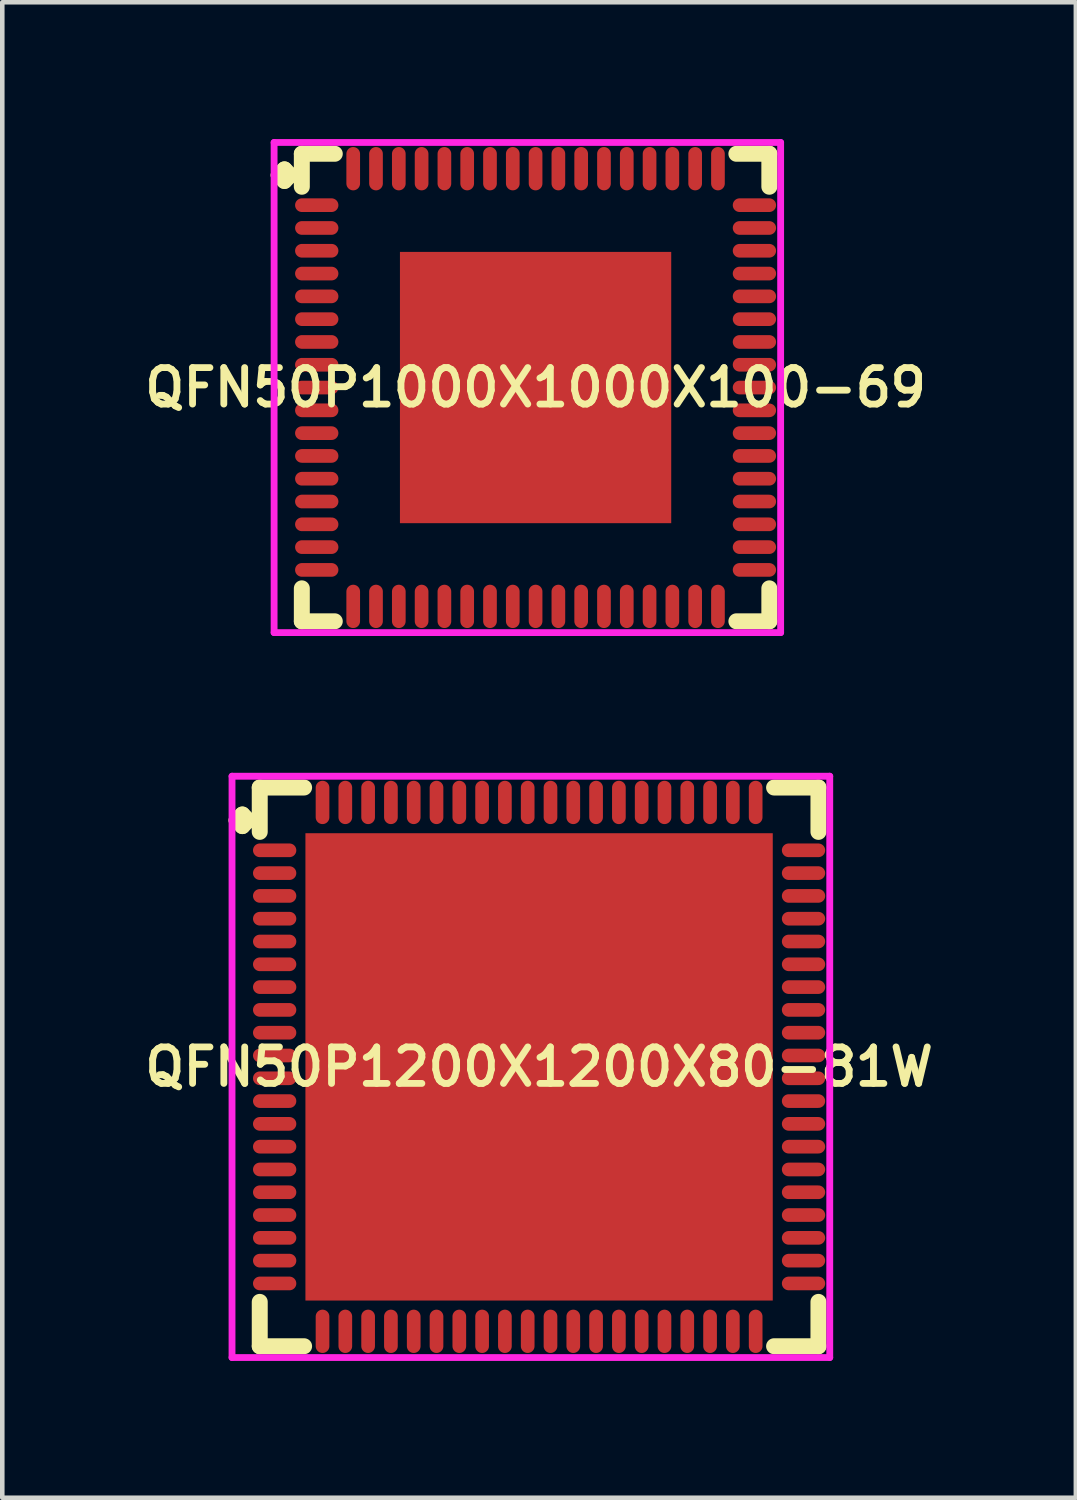
<source format=kicad_pcb>
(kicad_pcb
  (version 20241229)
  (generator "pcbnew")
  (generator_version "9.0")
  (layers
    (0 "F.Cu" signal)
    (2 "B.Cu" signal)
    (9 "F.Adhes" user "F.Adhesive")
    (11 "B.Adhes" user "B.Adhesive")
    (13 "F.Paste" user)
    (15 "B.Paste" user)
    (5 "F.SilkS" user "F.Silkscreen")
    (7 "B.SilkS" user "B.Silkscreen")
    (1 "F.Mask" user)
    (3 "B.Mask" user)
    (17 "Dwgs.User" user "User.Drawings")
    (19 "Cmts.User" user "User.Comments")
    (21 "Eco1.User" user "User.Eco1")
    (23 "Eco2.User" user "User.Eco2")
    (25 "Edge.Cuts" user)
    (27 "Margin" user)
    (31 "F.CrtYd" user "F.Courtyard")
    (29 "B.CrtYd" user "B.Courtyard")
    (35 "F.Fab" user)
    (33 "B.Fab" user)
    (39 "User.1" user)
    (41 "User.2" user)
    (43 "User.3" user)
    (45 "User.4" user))
  (footprint "QFN50P1000X1000X100-69"
    (layer "F.Cu")
    (at 8.697 5.45)
    (property "Reference" "QFN50P1000X1000X100-69" (at 0 0 0) (layer "F.SilkS") (effects (font (size 0.8 0.8) (thickness 0.15))))
    (attr smd)
    (fp_line (start -5.635 -4.658) (end -5.508 -4.785) (stroke (width 0.35) (type solid)) (layer "F.SilkS"))
    (fp_line (start -5.508 -4.785) (end -5.381 -4.658) (stroke (width 0.35) (type solid)) (layer "F.SilkS"))
    (fp_line (start -5.508 -4.531) (end -5.635 -4.658) (stroke (width 0.35) (type solid)) (layer "F.SilkS"))
    (fp_line (start -5.381 -4.658) (end -5.508 -4.531) (stroke (width 0.35) (type solid)) (layer "F.SilkS"))
    (fp_line (start -5.127 -5.127) (end -4.404 -5.127) (stroke (width 0.35) (type solid)) (layer "F.SilkS"))
    (fp_line (start -5.127 -4.404) (end -5.127 -5.127) (stroke (width 0.35) (type solid)) (layer "F.SilkS"))
    (fp_line (start -5.127 4.404) (end -5.127 5.127) (stroke (width 0.35) (type solid)) (layer "F.SilkS"))
    (fp_line (start -5.127 5.127) (end -4.404 5.127) (stroke (width 0.35) (type solid)) (layer "F.SilkS"))
    (fp_line (start 4.404 -5.127) (end 5.127 -5.127) (stroke (width 0.35) (type solid)) (layer "F.SilkS"))
    (fp_line (start 4.404 5.127) (end 5.127 5.127) (stroke (width 0.35) (type solid)) (layer "F.SilkS"))
    (fp_line (start 5.127 -5.127) (end 5.127 -4.404) (stroke (width 0.35) (type solid)) (layer "F.SilkS"))
    (fp_line (start 5.127 5.127) (end 5.127 4.404) (stroke (width 0.35) (type solid)) (layer "F.SilkS"))
    (fp_line (start -5.735 -5.375) (end 5.375 -5.375) (stroke (width 0.15) (type solid)) (layer "F.CrtYd"))
    (fp_line (start -5.735 5.375) (end -5.735 -5.375) (stroke (width 0.15) (type solid)) (layer "F.CrtYd"))
    (fp_line (start 5.375 -5.375) (end 5.375 5.375) (stroke (width 0.15) (type solid)) (layer "F.CrtYd"))
    (fp_line (start 5.375 5.375) (end -5.735 5.375) (stroke (width 0.15) (type solid)) (layer "F.CrtYd"))
    (pad "1" smd oval (at -4.8 -4) (size 0.95 0.3) (layers "F.Cu" "F.Mask" "F.Paste"))
    (pad "2" smd oval (at -4.8 -3.5) (size 0.95 0.3) (layers "F.Cu" "F.Mask" "F.Paste"))
    (pad "3" smd oval (at -4.8 -3) (size 0.95 0.3) (layers "F.Cu" "F.Mask" "F.Paste"))
    (pad "4" smd oval (at -4.8 -2.5) (size 0.95 0.3) (layers "F.Cu" "F.Mask" "F.Paste"))
    (pad "5" smd oval (at -4.8 -2) (size 0.95 0.3) (layers "F.Cu" "F.Mask" "F.Paste"))
    (pad "6" smd oval (at -4.8 -1.5) (size 0.95 0.3) (layers "F.Cu" "F.Mask" "F.Paste"))
    (pad "7" smd oval (at -4.8 -1) (size 0.95 0.3) (layers "F.Cu" "F.Mask" "F.Paste"))
    (pad "8" smd oval (at -4.8 -0.5) (size 0.95 0.3) (layers "F.Cu" "F.Mask" "F.Paste"))
    (pad "9" smd oval (at -4.8 0) (size 0.95 0.3) (layers "F.Cu" "F.Mask" "F.Paste"))
    (pad "10" smd oval (at -4.8 0.5) (size 0.95 0.3) (layers "F.Cu" "F.Mask" "F.Paste"))
    (pad "11" smd oval (at -4.8 1) (size 0.95 0.3) (layers "F.Cu" "F.Mask" "F.Paste"))
    (pad "12" smd oval (at -4.8 1.5) (size 0.95 0.3) (layers "F.Cu" "F.Mask" "F.Paste"))
    (pad "13" smd oval (at -4.8 2) (size 0.95 0.3) (layers "F.Cu" "F.Mask" "F.Paste"))
    (pad "14" smd oval (at -4.8 2.5) (size 0.95 0.3) (layers "F.Cu" "F.Mask" "F.Paste"))
    (pad "15" smd oval (at -4.8 3) (size 0.95 0.3) (layers "F.Cu" "F.Mask" "F.Paste"))
    (pad "16" smd oval (at -4.8 3.5) (size 0.95 0.3) (layers "F.Cu" "F.Mask" "F.Paste"))
    (pad "17" smd oval (at -4.8 4) (size 0.95 0.3) (layers "F.Cu" "F.Mask" "F.Paste"))
    (pad "18" smd oval (at -4 4.8) (size 0.3 0.95) (layers "F.Cu" "F.Mask" "F.Paste"))
    (pad "19" smd oval (at -3.5 4.8) (size 0.3 0.95) (layers "F.Cu" "F.Mask" "F.Paste"))
    (pad "20" smd oval (at -3 4.8) (size 0.3 0.95) (layers "F.Cu" "F.Mask" "F.Paste"))
    (pad "21" smd oval (at -2.5 4.8) (size 0.3 0.95) (layers "F.Cu" "F.Mask" "F.Paste"))
    (pad "22" smd oval (at -2 4.8) (size 0.3 0.95) (layers "F.Cu" "F.Mask" "F.Paste"))
    (pad "23" smd oval (at -1.5 4.8) (size 0.3 0.95) (layers "F.Cu" "F.Mask" "F.Paste"))
    (pad "24" smd oval (at -1 4.8) (size 0.3 0.95) (layers "F.Cu" "F.Mask" "F.Paste"))
    (pad "25" smd oval (at -0.5 4.8) (size 0.3 0.95) (layers "F.Cu" "F.Mask" "F.Paste"))
    (pad "26" smd oval (at 0 4.8) (size 0.3 0.95) (layers "F.Cu" "F.Mask" "F.Paste"))
    (pad "27" smd oval (at 0.5 4.8) (size 0.3 0.95) (layers "F.Cu" "F.Mask" "F.Paste"))
    (pad "28" smd oval (at 1 4.8) (size 0.3 0.95) (layers "F.Cu" "F.Mask" "F.Paste"))
    (pad "29" smd oval (at 1.5 4.8) (size 0.3 0.95) (layers "F.Cu" "F.Mask" "F.Paste"))
    (pad "30" smd oval (at 2 4.8) (size 0.3 0.95) (layers "F.Cu" "F.Mask" "F.Paste"))
    (pad "31" smd oval (at 2.5 4.8) (size 0.3 0.95) (layers "F.Cu" "F.Mask" "F.Paste"))
    (pad "32" smd oval (at 3 4.8) (size 0.3 0.95) (layers "F.Cu" "F.Mask" "F.Paste"))
    (pad "33" smd oval (at 3.5 4.8) (size 0.3 0.95) (layers "F.Cu" "F.Mask" "F.Paste"))
    (pad "34" smd oval (at 4 4.8) (size 0.3 0.95) (layers "F.Cu" "F.Mask" "F.Paste"))
    (pad "35" smd oval (at 4.8 4) (size 0.95 0.3) (layers "F.Cu" "F.Mask" "F.Paste"))
    (pad "36" smd oval (at 4.8 3.5) (size 0.95 0.3) (layers "F.Cu" "F.Mask" "F.Paste"))
    (pad "37" smd oval (at 4.8 3) (size 0.95 0.3) (layers "F.Cu" "F.Mask" "F.Paste"))
    (pad "38" smd oval (at 4.8 2.5) (size 0.95 0.3) (layers "F.Cu" "F.Mask" "F.Paste"))
    (pad "39" smd oval (at 4.8 2) (size 0.95 0.3) (layers "F.Cu" "F.Mask" "F.Paste"))
    (pad "40" smd oval (at 4.8 1.5) (size 0.95 0.3) (layers "F.Cu" "F.Mask" "F.Paste"))
    (pad "41" smd oval (at 4.8 1) (size 0.95 0.3) (layers "F.Cu" "F.Mask" "F.Paste"))
    (pad "42" smd oval (at 4.8 0.5) (size 0.95 0.3) (layers "F.Cu" "F.Mask" "F.Paste"))
    (pad "43" smd oval (at 4.8 0) (size 0.95 0.3) (layers "F.Cu" "F.Mask" "F.Paste"))
    (pad "44" smd oval (at 4.8 -0.5) (size 0.95 0.3) (layers "F.Cu" "F.Mask" "F.Paste"))
    (pad "45" smd oval (at 4.8 -1) (size 0.95 0.3) (layers "F.Cu" "F.Mask" "F.Paste"))
    (pad "46" smd oval (at 4.8 -1.5) (size 0.95 0.3) (layers "F.Cu" "F.Mask" "F.Paste"))
    (pad "47" smd oval (at 4.8 -2) (size 0.95 0.3) (layers "F.Cu" "F.Mask" "F.Paste"))
    (pad "48" smd oval (at 4.8 -2.5) (size 0.95 0.3) (layers "F.Cu" "F.Mask" "F.Paste"))
    (pad "49" smd oval (at 4.8 -3) (size 0.95 0.3) (layers "F.Cu" "F.Mask" "F.Paste"))
    (pad "50" smd oval (at 4.8 -3.5) (size 0.95 0.3) (layers "F.Cu" "F.Mask" "F.Paste"))
    (pad "51" smd oval (at 4.8 -4) (size 0.95 0.3) (layers "F.Cu" "F.Mask" "F.Paste"))
    (pad "52" smd oval (at 4 -4.8) (size 0.3 0.95) (layers "F.Cu" "F.Mask" "F.Paste"))
    (pad "53" smd oval (at 3.5 -4.8) (size 0.3 0.95) (layers "F.Cu" "F.Mask" "F.Paste"))
    (pad "54" smd oval (at 3 -4.8) (size 0.3 0.95) (layers "F.Cu" "F.Mask" "F.Paste"))
    (pad "55" smd oval (at 2.5 -4.8) (size 0.3 0.95) (layers "F.Cu" "F.Mask" "F.Paste"))
    (pad "56" smd oval (at 2 -4.8) (size 0.3 0.95) (layers "F.Cu" "F.Mask" "F.Paste"))
    (pad "57" smd oval (at 1.5 -4.8) (size 0.3 0.95) (layers "F.Cu" "F.Mask" "F.Paste"))
    (pad "58" smd oval (at 1 -4.8) (size 0.3 0.95) (layers "F.Cu" "F.Mask" "F.Paste"))
    (pad "59" smd oval (at 0.5 -4.8) (size 0.3 0.95) (layers "F.Cu" "F.Mask" "F.Paste"))
    (pad "60" smd oval (at 0 -4.8) (size 0.3 0.95) (layers "F.Cu" "F.Mask" "F.Paste"))
    (pad "61" smd oval (at -0.5 -4.8) (size 0.3 0.95) (layers "F.Cu" "F.Mask" "F.Paste"))
    (pad "62" smd oval (at -1 -4.8) (size 0.3 0.95) (layers "F.Cu" "F.Mask" "F.Paste"))
    (pad "63" smd oval (at -1.5 -4.8) (size 0.3 0.95) (layers "F.Cu" "F.Mask" "F.Paste"))
    (pad "64" smd oval (at -2 -4.8) (size 0.3 0.95) (layers "F.Cu" "F.Mask" "F.Paste"))
    (pad "65" smd oval (at -2.5 -4.8) (size 0.3 0.95) (layers "F.Cu" "F.Mask" "F.Paste"))
    (pad "66" smd oval (at -3 -4.8) (size 0.3 0.95) (layers "F.Cu" "F.Mask" "F.Paste"))
    (pad "67" smd oval (at -3.5 -4.8) (size 0.3 0.95) (layers "F.Cu" "F.Mask" "F.Paste"))
    (pad "68" smd oval (at -4 -4.8) (size 0.3 0.95) (layers "F.Cu" "F.Mask" "F.Paste"))
    (pad "69" smd rect (at 0 0) (size 5.95 5.95) (layers "F.Cu" "F.Mask" "F.Paste")))
  (footprint "QFN50P1200X1200X80-81W"
    (layer "F.Cu")
    (at 8.774 20.35)
    (property "Reference" "QFN50P1200X1200X80-81W" (at 0 0 0) (layer "F.SilkS") (effects (font (size 0.8 0.8) (thickness 0.15))))
    (attr smd)
    (fp_line (start -6.635 -5.408) (end -6.508 -5.535) (stroke (width 0.35) (type solid)) (layer "F.SilkS"))
    (fp_line (start -6.508 -5.535) (end -6.381 -5.408) (stroke (width 0.35) (type solid)) (layer "F.SilkS"))
    (fp_line (start -6.508 -5.281) (end -6.635 -5.408) (stroke (width 0.35) (type solid)) (layer "F.SilkS"))
    (fp_line (start -6.381 -5.408) (end -6.508 -5.281) (stroke (width 0.35) (type solid)) (layer "F.SilkS"))
    (fp_line (start -6.127 -6.127) (end -5.154 -6.127) (stroke (width 0.35) (type solid)) (layer "F.SilkS"))
    (fp_line (start -6.127 -5.154) (end -6.127 -6.127) (stroke (width 0.35) (type solid)) (layer "F.SilkS"))
    (fp_line (start -6.127 5.154) (end -6.127 6.127) (stroke (width 0.35) (type solid)) (layer "F.SilkS"))
    (fp_line (start -6.127 6.127) (end -5.154 6.127) (stroke (width 0.35) (type solid)) (layer "F.SilkS"))
    (fp_line (start 5.154 -6.127) (end 6.127 -6.127) (stroke (width 0.35) (type solid)) (layer "F.SilkS"))
    (fp_line (start 5.154 6.127) (end 6.127 6.127) (stroke (width 0.35) (type solid)) (layer "F.SilkS"))
    (fp_line (start 6.127 -6.127) (end 6.127 -5.154) (stroke (width 0.35) (type solid)) (layer "F.SilkS"))
    (fp_line (start 6.127 6.127) (end 6.127 5.154) (stroke (width 0.35) (type solid)) (layer "F.SilkS"))
    (fp_line (start -6.735 -6.375) (end 6.375 -6.375) (stroke (width 0.15) (type solid)) (layer "F.CrtYd"))
    (fp_line (start -6.735 6.375) (end -6.735 -6.375) (stroke (width 0.15) (type solid)) (layer "F.CrtYd"))
    (fp_line (start 6.375 -6.375) (end 6.375 6.375) (stroke (width 0.15) (type solid)) (layer "F.CrtYd"))
    (fp_line (start 6.375 6.375) (end -6.735 6.375) (stroke (width 0.15) (type solid)) (layer "F.CrtYd"))
    (pad "1" smd oval (at -5.8 -4.75) (size 0.95 0.3) (layers "F.Cu" "F.Mask" "F.Paste"))
    (pad "2" smd oval (at -5.8 -4.25) (size 0.95 0.3) (layers "F.Cu" "F.Mask" "F.Paste"))
    (pad "3" smd oval (at -5.8 -3.75) (size 0.95 0.3) (layers "F.Cu" "F.Mask" "F.Paste"))
    (pad "4" smd oval (at -5.8 -3.25) (size 0.95 0.3) (layers "F.Cu" "F.Mask" "F.Paste"))
    (pad "5" smd oval (at -5.8 -2.75) (size 0.95 0.3) (layers "F.Cu" "F.Mask" "F.Paste"))
    (pad "6" smd oval (at -5.8 -2.25) (size 0.95 0.3) (layers "F.Cu" "F.Mask" "F.Paste"))
    (pad "7" smd oval (at -5.8 -1.75) (size 0.95 0.3) (layers "F.Cu" "F.Mask" "F.Paste"))
    (pad "8" smd oval (at -5.8 -1.25) (size 0.95 0.3) (layers "F.Cu" "F.Mask" "F.Paste"))
    (pad "9" smd oval (at -5.8 -0.75) (size 0.95 0.3) (layers "F.Cu" "F.Mask" "F.Paste"))
    (pad "10" smd oval (at -5.8 -0.25) (size 0.95 0.3) (layers "F.Cu" "F.Mask" "F.Paste"))
    (pad "11" smd oval (at -5.8 0.25) (size 0.95 0.3) (layers "F.Cu" "F.Mask" "F.Paste"))
    (pad "12" smd oval (at -5.8 0.75) (size 0.95 0.3) (layers "F.Cu" "F.Mask" "F.Paste"))
    (pad "13" smd oval (at -5.8 1.25) (size 0.95 0.3) (layers "F.Cu" "F.Mask" "F.Paste"))
    (pad "14" smd oval (at -5.8 1.75) (size 0.95 0.3) (layers "F.Cu" "F.Mask" "F.Paste"))
    (pad "15" smd oval (at -5.8 2.25) (size 0.95 0.3) (layers "F.Cu" "F.Mask" "F.Paste"))
    (pad "16" smd oval (at -5.8 2.75) (size 0.95 0.3) (layers "F.Cu" "F.Mask" "F.Paste"))
    (pad "17" smd oval (at -5.8 3.25) (size 0.95 0.3) (layers "F.Cu" "F.Mask" "F.Paste"))
    (pad "18" smd oval (at -5.8 3.75) (size 0.95 0.3) (layers "F.Cu" "F.Mask" "F.Paste"))
    (pad "19" smd oval (at -5.8 4.25) (size 0.95 0.3) (layers "F.Cu" "F.Mask" "F.Paste"))
    (pad "20" smd oval (at -5.8 4.75) (size 0.95 0.3) (layers "F.Cu" "F.Mask" "F.Paste"))
    (pad "21" smd oval (at -4.75 5.8) (size 0.3 0.95) (layers "F.Cu" "F.Mask" "F.Paste"))
    (pad "22" smd oval (at -4.25 5.8) (size 0.3 0.95) (layers "F.Cu" "F.Mask" "F.Paste"))
    (pad "23" smd oval (at -3.75 5.8) (size 0.3 0.95) (layers "F.Cu" "F.Mask" "F.Paste"))
    (pad "24" smd oval (at -3.25 5.8) (size 0.3 0.95) (layers "F.Cu" "F.Mask" "F.Paste"))
    (pad "25" smd oval (at -2.75 5.8) (size 0.3 0.95) (layers "F.Cu" "F.Mask" "F.Paste"))
    (pad "26" smd oval (at -2.25 5.8) (size 0.3 0.95) (layers "F.Cu" "F.Mask" "F.Paste"))
    (pad "27" smd oval (at -1.75 5.8) (size 0.3 0.95) (layers "F.Cu" "F.Mask" "F.Paste"))
    (pad "28" smd oval (at -1.25 5.8) (size 0.3 0.95) (layers "F.Cu" "F.Mask" "F.Paste"))
    (pad "29" smd oval (at -0.75 5.8) (size 0.3 0.95) (layers "F.Cu" "F.Mask" "F.Paste"))
    (pad "30" smd oval (at -0.25 5.8) (size 0.3 0.95) (layers "F.Cu" "F.Mask" "F.Paste"))
    (pad "31" smd oval (at 0.25 5.8) (size 0.3 0.95) (layers "F.Cu" "F.Mask" "F.Paste"))
    (pad "32" smd oval (at 0.75 5.8) (size 0.3 0.95) (layers "F.Cu" "F.Mask" "F.Paste"))
    (pad "33" smd oval (at 1.25 5.8) (size 0.3 0.95) (layers "F.Cu" "F.Mask" "F.Paste"))
    (pad "34" smd oval (at 1.75 5.8) (size 0.3 0.95) (layers "F.Cu" "F.Mask" "F.Paste"))
    (pad "35" smd oval (at 2.25 5.8) (size 0.3 0.95) (layers "F.Cu" "F.Mask" "F.Paste"))
    (pad "36" smd oval (at 2.75 5.8) (size 0.3 0.95) (layers "F.Cu" "F.Mask" "F.Paste"))
    (pad "37" smd oval (at 3.25 5.8) (size 0.3 0.95) (layers "F.Cu" "F.Mask" "F.Paste"))
    (pad "38" smd oval (at 3.75 5.8) (size 0.3 0.95) (layers "F.Cu" "F.Mask" "F.Paste"))
    (pad "39" smd oval (at 4.25 5.8) (size 0.3 0.95) (layers "F.Cu" "F.Mask" "F.Paste"))
    (pad "40" smd oval (at 4.75 5.8) (size 0.3 0.95) (layers "F.Cu" "F.Mask" "F.Paste"))
    (pad "41" smd oval (at 5.8 4.75) (size 0.95 0.3) (layers "F.Cu" "F.Mask" "F.Paste"))
    (pad "42" smd oval (at 5.8 4.25) (size 0.95 0.3) (layers "F.Cu" "F.Mask" "F.Paste"))
    (pad "43" smd oval (at 5.8 3.75) (size 0.95 0.3) (layers "F.Cu" "F.Mask" "F.Paste"))
    (pad "44" smd oval (at 5.8 3.25) (size 0.95 0.3) (layers "F.Cu" "F.Mask" "F.Paste"))
    (pad "45" smd oval (at 5.8 2.75) (size 0.95 0.3) (layers "F.Cu" "F.Mask" "F.Paste"))
    (pad "46" smd oval (at 5.8 2.25) (size 0.95 0.3) (layers "F.Cu" "F.Mask" "F.Paste"))
    (pad "47" smd oval (at 5.8 1.75) (size 0.95 0.3) (layers "F.Cu" "F.Mask" "F.Paste"))
    (pad "48" smd oval (at 5.8 1.25) (size 0.95 0.3) (layers "F.Cu" "F.Mask" "F.Paste"))
    (pad "49" smd oval (at 5.8 0.75) (size 0.95 0.3) (layers "F.Cu" "F.Mask" "F.Paste"))
    (pad "50" smd oval (at 5.8 0.25) (size 0.95 0.3) (layers "F.Cu" "F.Mask" "F.Paste"))
    (pad "51" smd oval (at 5.8 -0.25) (size 0.95 0.3) (layers "F.Cu" "F.Mask" "F.Paste"))
    (pad "52" smd oval (at 5.8 -0.75) (size 0.95 0.3) (layers "F.Cu" "F.Mask" "F.Paste"))
    (pad "53" smd oval (at 5.8 -1.25) (size 0.95 0.3) (layers "F.Cu" "F.Mask" "F.Paste"))
    (pad "54" smd oval (at 5.8 -1.75) (size 0.95 0.3) (layers "F.Cu" "F.Mask" "F.Paste"))
    (pad "55" smd oval (at 5.8 -2.25) (size 0.95 0.3) (layers "F.Cu" "F.Mask" "F.Paste"))
    (pad "56" smd oval (at 5.8 -2.75) (size 0.95 0.3) (layers "F.Cu" "F.Mask" "F.Paste"))
    (pad "57" smd oval (at 5.8 -3.25) (size 0.95 0.3) (layers "F.Cu" "F.Mask" "F.Paste"))
    (pad "58" smd oval (at 5.8 -3.75) (size 0.95 0.3) (layers "F.Cu" "F.Mask" "F.Paste"))
    (pad "59" smd oval (at 5.8 -4.25) (size 0.95 0.3) (layers "F.Cu" "F.Mask" "F.Paste"))
    (pad "60" smd oval (at 5.8 -4.75) (size 0.95 0.3) (layers "F.Cu" "F.Mask" "F.Paste"))
    (pad "61" smd oval (at 4.75 -5.8) (size 0.3 0.95) (layers "F.Cu" "F.Mask" "F.Paste"))
    (pad "62" smd oval (at 4.25 -5.8) (size 0.3 0.95) (layers "F.Cu" "F.Mask" "F.Paste"))
    (pad "63" smd oval (at 3.75 -5.8) (size 0.3 0.95) (layers "F.Cu" "F.Mask" "F.Paste"))
    (pad "64" smd oval (at 3.25 -5.8) (size 0.3 0.95) (layers "F.Cu" "F.Mask" "F.Paste"))
    (pad "65" smd oval (at 2.75 -5.8) (size 0.3 0.95) (layers "F.Cu" "F.Mask" "F.Paste"))
    (pad "66" smd oval (at 2.25 -5.8) (size 0.3 0.95) (layers "F.Cu" "F.Mask" "F.Paste"))
    (pad "67" smd oval (at 1.75 -5.8) (size 0.3 0.95) (layers "F.Cu" "F.Mask" "F.Paste"))
    (pad "68" smd oval (at 1.25 -5.8) (size 0.3 0.95) (layers "F.Cu" "F.Mask" "F.Paste"))
    (pad "69" smd oval (at 0.75 -5.8) (size 0.3 0.95) (layers "F.Cu" "F.Mask" "F.Paste"))
    (pad "70" smd oval (at 0.25 -5.8) (size 0.3 0.95) (layers "F.Cu" "F.Mask" "F.Paste"))
    (pad "71" smd oval (at -0.25 -5.8) (size 0.3 0.95) (layers "F.Cu" "F.Mask" "F.Paste"))
    (pad "72" smd oval (at -0.75 -5.8) (size 0.3 0.95) (layers "F.Cu" "F.Mask" "F.Paste"))
    (pad "73" smd oval (at -1.25 -5.8) (size 0.3 0.95) (layers "F.Cu" "F.Mask" "F.Paste"))
    (pad "74" smd oval (at -1.75 -5.8) (size 0.3 0.95) (layers "F.Cu" "F.Mask" "F.Paste"))
    (pad "75" smd oval (at -2.25 -5.8) (size 0.3 0.95) (layers "F.Cu" "F.Mask" "F.Paste"))
    (pad "76" smd oval (at -2.75 -5.8) (size 0.3 0.95) (layers "F.Cu" "F.Mask" "F.Paste"))
    (pad "77" smd oval (at -3.25 -5.8) (size 0.3 0.95) (layers "F.Cu" "F.Mask" "F.Paste"))
    (pad "78" smd oval (at -3.75 -5.8) (size 0.3 0.95) (layers "F.Cu" "F.Mask" "F.Paste"))
    (pad "79" smd oval (at -4.25 -5.8) (size 0.3 0.95) (layers "F.Cu" "F.Mask" "F.Paste"))
    (pad "80" smd oval (at -4.75 -5.8) (size 0.3 0.95) (layers "F.Cu" "F.Mask" "F.Paste"))
    (pad "81" smd rect (at 0 0) (size 10.25 10.25) (layers "F.Cu" "F.Mask" "F.Paste")))
  (gr_rect
    (start -3 -3)
    (end 20.547 29.8)
    (stroke (width 0.1) (type default))
    (fill no)
    (layer "Edge.Cuts")))
</source>
